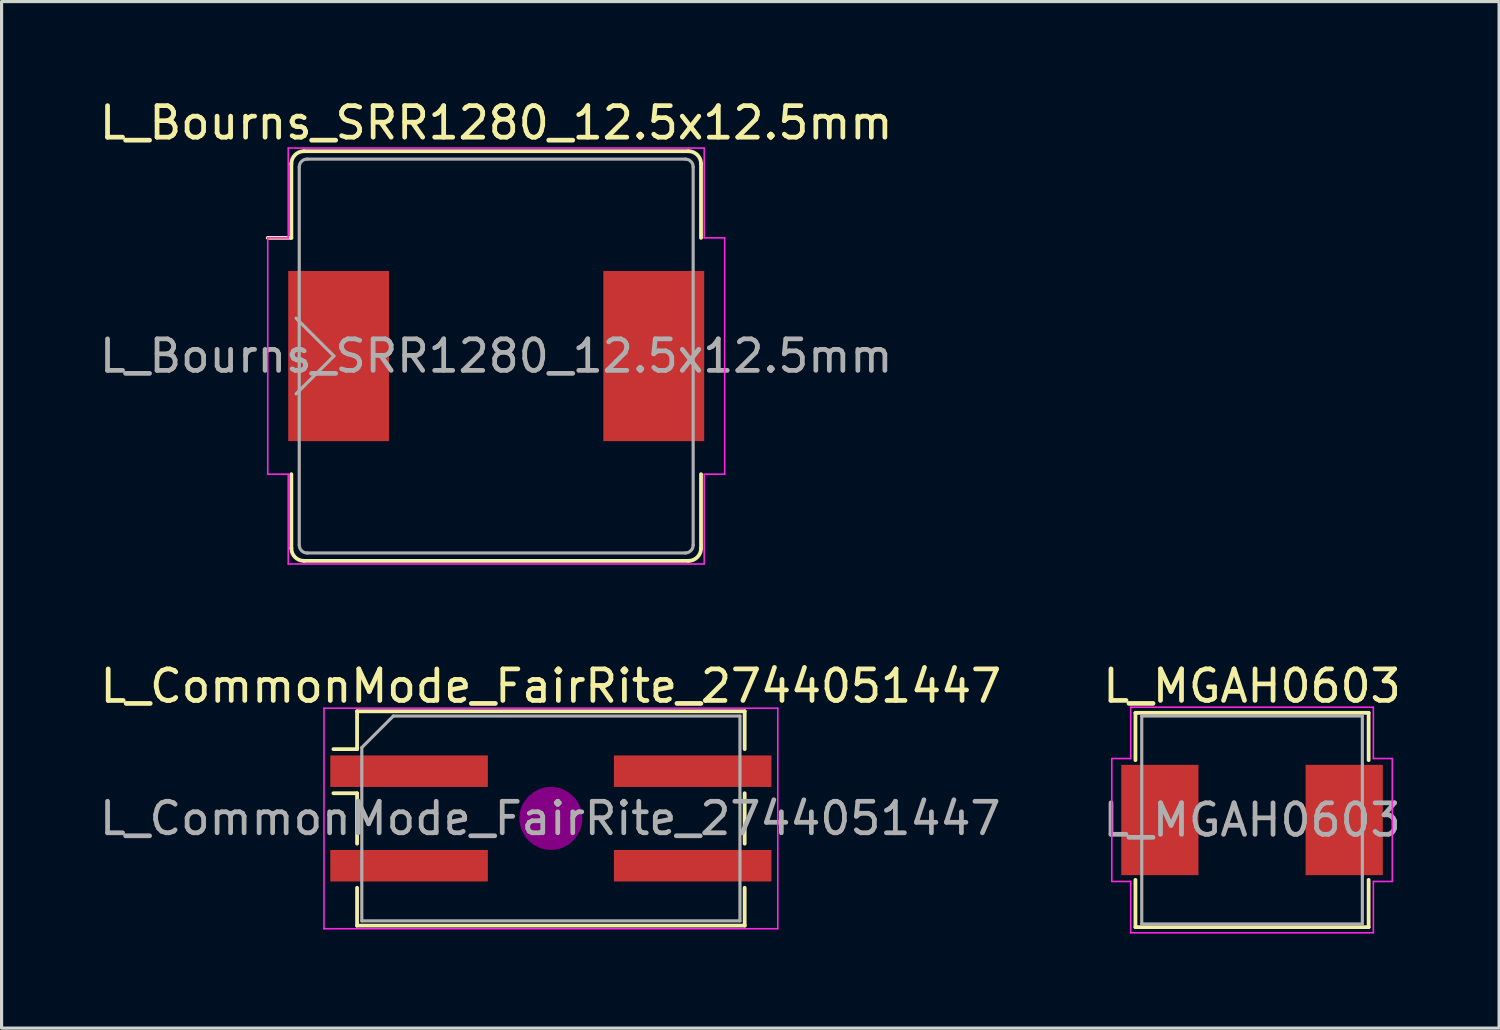
<source format=kicad_pcb>
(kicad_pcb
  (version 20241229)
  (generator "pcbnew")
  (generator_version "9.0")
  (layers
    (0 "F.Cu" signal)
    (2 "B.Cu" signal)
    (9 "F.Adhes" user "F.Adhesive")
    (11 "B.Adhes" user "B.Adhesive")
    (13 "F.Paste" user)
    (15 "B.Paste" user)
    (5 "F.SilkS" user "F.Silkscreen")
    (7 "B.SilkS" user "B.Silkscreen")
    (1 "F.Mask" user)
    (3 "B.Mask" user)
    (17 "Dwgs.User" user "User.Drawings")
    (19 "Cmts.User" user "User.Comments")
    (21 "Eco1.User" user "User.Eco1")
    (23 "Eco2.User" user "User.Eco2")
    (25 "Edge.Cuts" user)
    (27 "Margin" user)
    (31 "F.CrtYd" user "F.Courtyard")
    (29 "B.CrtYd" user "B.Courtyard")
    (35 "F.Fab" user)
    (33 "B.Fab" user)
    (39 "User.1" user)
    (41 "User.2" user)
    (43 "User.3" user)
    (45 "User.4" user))
  (footprint "L_Bourns_SRR1280_12.5x12.5mm"
    (layer "F.Cu")
    (at 12.696 8.248)
    (property "Reference" "L_Bourns_SRR1280_12.5x12.5mm" (at 0 -7.4 0) (layer "F.SilkS") (effects (font (size 1 1) (thickness 0.15))))
    (attr smd)
    (fp_line (start -6.5 -6.1) (end -6.5 -3.75) (stroke (width 0.12) (type solid)) (layer "F.SilkS"))
    (fp_line (start -6.5 -3.75) (end -7.25 -3.75) (stroke (width 0.12) (type solid)) (layer "F.SilkS"))
    (fp_line (start -6.5 3.75) (end -6.5 6.1) (stroke (width 0.12) (type solid)) (layer "F.SilkS"))
    (fp_line (start -6.1 -6.5) (end 6.1 -6.5) (stroke (width 0.12) (type solid)) (layer "F.SilkS"))
    (fp_line (start 6.1 6.5) (end -6.1 6.5) (stroke (width 0.12) (type solid)) (layer "F.SilkS"))
    (fp_line (start 6.5 -6.1) (end 6.5 -3.75) (stroke (width 0.12) (type solid)) (layer "F.SilkS"))
    (fp_line (start 6.5 3.75) (end 6.5 6.1) (stroke (width 0.12) (type solid)) (layer "F.SilkS"))
    (fp_arc (start -6.5 -6.1) (mid -6.382843 -6.382843) (end -6.1 -6.5) (stroke (width 0.12) (type solid)) (layer "F.SilkS"))
    (fp_arc (start -6.1 6.5) (mid -6.382843 6.382843) (end -6.5 6.1) (stroke (width 0.12) (type solid)) (layer "F.SilkS"))
    (fp_arc (start 6.1 -6.5) (mid 6.382843 -6.382843) (end 6.5 -6.1) (stroke (width 0.12) (type solid)) (layer "F.SilkS"))
    (fp_arc (start 6.5 6.1) (mid 6.382843 6.382843) (end 6.1 6.5) (stroke (width 0.12) (type solid)) (layer "F.SilkS"))
    (fp_line (start -7.25 -3.75) (end -7.25 3.75) (stroke (width 0.05) (type solid)) (layer "F.CrtYd"))
    (fp_line (start -7.25 -3.75) (end -6.6 -3.75) (stroke (width 0.05) (type solid)) (layer "F.CrtYd"))
    (fp_line (start -6.6 -6.6) (end -6.6 -3.75) (stroke (width 0.05) (type solid)) (layer "F.CrtYd"))
    (fp_line (start -6.6 -6.6) (end 6.6 -6.6) (stroke (width 0.05) (type solid)) (layer "F.CrtYd"))
    (fp_line (start -6.6 3.75) (end -7.25 3.75) (stroke (width 0.05) (type solid)) (layer "F.CrtYd"))
    (fp_line (start -6.6 6.6) (end -6.6 3.75) (stroke (width 0.05) (type solid)) (layer "F.CrtYd"))
    (fp_line (start 6.6 -6.6) (end 6.6 -3.75) (stroke (width 0.05) (type solid)) (layer "F.CrtYd"))
    (fp_line (start 6.6 3.75) (end 6.6 6.6) (stroke (width 0.05) (type solid)) (layer "F.CrtYd"))
    (fp_line (start 6.6 6.6) (end -6.6 6.6) (stroke (width 0.05) (type solid)) (layer "F.CrtYd"))
    (fp_line (start 7.25 -3.75) (end 6.6 -3.75) (stroke (width 0.05) (type solid)) (layer "F.CrtYd"))
    (fp_line (start 7.25 -3.75) (end 7.25 3.75) (stroke (width 0.05) (type solid)) (layer "F.CrtYd"))
    (fp_line (start 7.25 3.75) (end 6.6 3.75) (stroke (width 0.05) (type solid)) (layer "F.CrtYd"))
    (fp_line (start -6.25 -6) (end -6.25 6) (stroke (width 0.1) (type solid)) (layer "F.Fab"))
    (fp_line (start -6 -6.25) (end 6 -6.25) (stroke (width 0.1) (type solid)) (layer "F.Fab"))
    (fp_line (start -5.15 0) (end -6.35 -1.2) (stroke (width 0.1) (type solid)) (layer "F.Fab"))
    (fp_line (start -5.15 0) (end -6.35 1.2) (stroke (width 0.1) (type solid)) (layer "F.Fab"))
    (fp_line (start 6 6.25) (end -6 6.25) (stroke (width 0.1) (type solid)) (layer "F.Fab"))
    (fp_line (start 6.25 -6) (end 6.25 6) (stroke (width 0.1) (type solid)) (layer "F.Fab"))
    (fp_arc (start -6.25 -6) (mid -6.176777 -6.176777) (end -6 -6.25) (stroke (width 0.1) (type solid)) (layer "F.Fab"))
    (fp_arc (start -6 6.25) (mid -6.176777 6.176777) (end -6.25 6) (stroke (width 0.1) (type solid)) (layer "F.Fab"))
    (fp_arc (start 6 -6.25) (mid 6.176777 -6.176777) (end 6.25 -6) (stroke (width 0.1) (type solid)) (layer "F.Fab"))
    (fp_arc (start 6.25 6) (mid 6.176777 6.176777) (end 6 6.25) (stroke (width 0.1) (type solid)) (layer "F.Fab"))
    (fp_text user "${REFERENCE}" (at 0 0 0) (layer "F.Fab") (effects (font (size 1 1) (thickness 0.15))))
    (pad "1" smd rect (at -5 0) (size 3.2 5.4) (layers "F.Cu" "F.Mask" "F.Paste"))
    (pad "2" smd rect (at 5 0) (size 3.2 5.4) (layers "F.Cu" "F.Mask" "F.Paste")))
  (footprint "L_MGAH0603"
    (layer "F.Cu")
    (at 36.681 22.971)
    (property "Reference" "L_MGAH0603" (at 0 -4.25 0) (layer "F.SilkS") (effects (font (size 1 1) (thickness 0.15))))
    (attr smd)
    (fp_line (start -3.7 -3.4) (end -3.7 -1.9) (stroke (width 0.12) (type solid)) (layer "F.SilkS"))
    (fp_line (start -3.7 3.4) (end -3.7 1.9) (stroke (width 0.12) (type solid)) (layer "F.SilkS"))
    (fp_line (start -3.7 3.4) (end 3.7 3.4) (stroke (width 0.12) (type solid)) (layer "F.SilkS"))
    (fp_line (start 3.7 -3.4) (end -3.7 -3.4) (stroke (width 0.12) (type solid)) (layer "F.SilkS"))
    (fp_line (start 3.7 -3.4) (end 3.7 -1.9) (stroke (width 0.12) (type solid)) (layer "F.SilkS"))
    (fp_line (start 3.7 3.4) (end 3.7 1.9) (stroke (width 0.12) (type solid)) (layer "F.SilkS"))
    (fp_line (start -4.45 -1.95) (end -4.45 1.95) (stroke (width 0.05) (type solid)) (layer "F.CrtYd"))
    (fp_line (start -4.45 1.95) (end -3.85 1.95) (stroke (width 0.05) (type solid)) (layer "F.CrtYd"))
    (fp_line (start -3.85 -3.58) (end -3.85 -1.95) (stroke (width 0.05) (type solid)) (layer "F.CrtYd"))
    (fp_line (start -3.85 -1.95) (end -4.45 -1.95) (stroke (width 0.05) (type solid)) (layer "F.CrtYd"))
    (fp_line (start -3.85 1.95) (end -3.85 3.58) (stroke (width 0.05) (type solid)) (layer "F.CrtYd"))
    (fp_line (start -3.85 3.58) (end 3.85 3.58) (stroke (width 0.05) (type solid)) (layer "F.CrtYd"))
    (fp_line (start 3.85 -3.58) (end -3.85 -3.58) (stroke (width 0.05) (type solid)) (layer "F.CrtYd"))
    (fp_line (start 3.85 -1.95) (end 3.85 -3.58) (stroke (width 0.05) (type solid)) (layer "F.CrtYd"))
    (fp_line (start 3.85 1.95) (end 4.45 1.95) (stroke (width 0.05) (type solid)) (layer "F.CrtYd"))
    (fp_line (start 3.85 3.58) (end 3.85 1.95) (stroke (width 0.05) (type solid)) (layer "F.CrtYd"))
    (fp_line (start 4.45 -1.95) (end 3.85 -1.95) (stroke (width 0.05) (type solid)) (layer "F.CrtYd"))
    (fp_line (start 4.45 1.95) (end 4.45 -1.95) (stroke (width 0.05) (type solid)) (layer "F.CrtYd"))
    (fp_line (start -3.5 -3.3) (end 3.5 -3.3) (stroke (width 0.1) (type solid)) (layer "F.Fab"))
    (fp_line (start -3.5 3.3) (end -3.5 -3.3) (stroke (width 0.1) (type solid)) (layer "F.Fab"))
    (fp_line (start 3.5 -3.3) (end 3.5 3.3) (stroke (width 0.1) (type solid)) (layer "F.Fab"))
    (fp_line (start 3.5 3.3) (end -3.5 3.3) (stroke (width 0.1) (type solid)) (layer "F.Fab"))
    (fp_text user "${REFERENCE}" (at 0 0 0) (layer "F.Fab") (effects (font (size 1 1) (thickness 0.15))))
    (pad "1" smd rect (at -2.925 0) (size 2.45 3.5) (layers "F.Cu" "F.Mask" "F.Paste"))
    (pad "2" smd rect (at 2.925 0) (size 2.45 3.5) (layers "F.Cu" "F.Mask" "F.Paste")))
  (footprint "L_CommonMode_FairRite_2744051447"
    (layer "F.Cu")
    (at 14.431 22.922)
    (property "Reference" "L_CommonMode_FairRite_2744051447" (at 0 -4.2 0) (layer "F.SilkS") (effects (font (size 1 1) (thickness 0.15))))
    (attr smd)
    (fp_line (start -6.9 -2.2) (end -6.15 -2.2) (stroke (width 0.12) (type solid)) (layer "F.SilkS"))
    (fp_line (start -6.9 -0.8) (end -6.15 -0.8) (stroke (width 0.12) (type solid)) (layer "F.SilkS"))
    (fp_line (start -6.15 -3.4) (end -6.15 -2.2) (stroke (width 0.12) (type solid)) (layer "F.SilkS"))
    (fp_line (start -6.15 -3.4) (end 6.15 -3.4) (stroke (width 0.12) (type solid)) (layer "F.SilkS"))
    (fp_line (start -6.15 -0.8) (end -6.15 0.8) (stroke (width 0.12) (type solid)) (layer "F.SilkS"))
    (fp_line (start -6.15 3.4) (end -6.15 2.2) (stroke (width 0.12) (type solid)) (layer "F.SilkS"))
    (fp_line (start 6.15 -3.4) (end 6.15 -2.2) (stroke (width 0.12) (type solid)) (layer "F.SilkS"))
    (fp_line (start 6.15 -0.8) (end 6.15 0.8) (stroke (width 0.12) (type solid)) (layer "F.SilkS"))
    (fp_line (start 6.15 3.4) (end -6.15 3.4) (stroke (width 0.12) (type solid)) (layer "F.SilkS"))
    (fp_line (start 6.15 3.4) (end 6.15 2.2) (stroke (width 0.12) (type solid)) (layer "F.SilkS"))
    (fp_circle (center 0 0) (end 0.5 0) (stroke (width 1) (type solid)) (fill no) (layer "F.Adhes"))
    (fp_line (start -7.2 -3.5) (end 7.2 -3.5) (stroke (width 0.05) (type solid)) (layer "F.CrtYd"))
    (fp_line (start -7.2 3.5) (end -7.2 -3.5) (stroke (width 0.05) (type solid)) (layer "F.CrtYd"))
    (fp_line (start 7.2 -3.5) (end 7.2 3.5) (stroke (width 0.05) (type solid)) (layer "F.CrtYd"))
    (fp_line (start 7.2 3.5) (end -7.2 3.5) (stroke (width 0.05) (type solid)) (layer "F.CrtYd"))
    (fp_line (start -6 -2.25) (end -6 3.25) (stroke (width 0.1) (type solid)) (layer "F.Fab"))
    (fp_line (start -6 -2.25) (end -5 -3.25) (stroke (width 0.1) (type solid)) (layer "F.Fab"))
    (fp_line (start -5 -3.25) (end 6 -3.25) (stroke (width 0.1) (type solid)) (layer "F.Fab"))
    (fp_line (start 6 -3.25) (end 6 3.25) (stroke (width 0.1) (type solid)) (layer "F.Fab"))
    (fp_line (start 6 3.25) (end -6 3.25) (stroke (width 0.1) (type solid)) (layer "F.Fab"))
    (fp_text user "${REFERENCE}" (at -0.02 0 0) (layer "F.Fab") (effects (font (size 1 1) (thickness 0.15))))
    (pad "1" smd rect (at -4.5 -1.5) (size 5 1) (layers "F.Cu" "F.Mask" "F.Paste"))
    (pad "2" smd rect (at -4.5 1.5) (size 5 1) (layers "F.Cu" "F.Mask" "F.Paste"))
    (pad "3" smd rect (at 4.5 1.5) (size 5 1) (layers "F.Cu" "F.Mask" "F.Paste"))
    (pad "4" smd rect (at 4.5 -1.5) (size 5 1) (layers "F.Cu" "F.Mask" "F.Paste")))
  (gr_rect
    (start -3 -3)
    (end 44.52 29.576)
    (stroke (width 0.1) (type default))
    (fill no)
    (layer "Edge.Cuts")))
</source>
